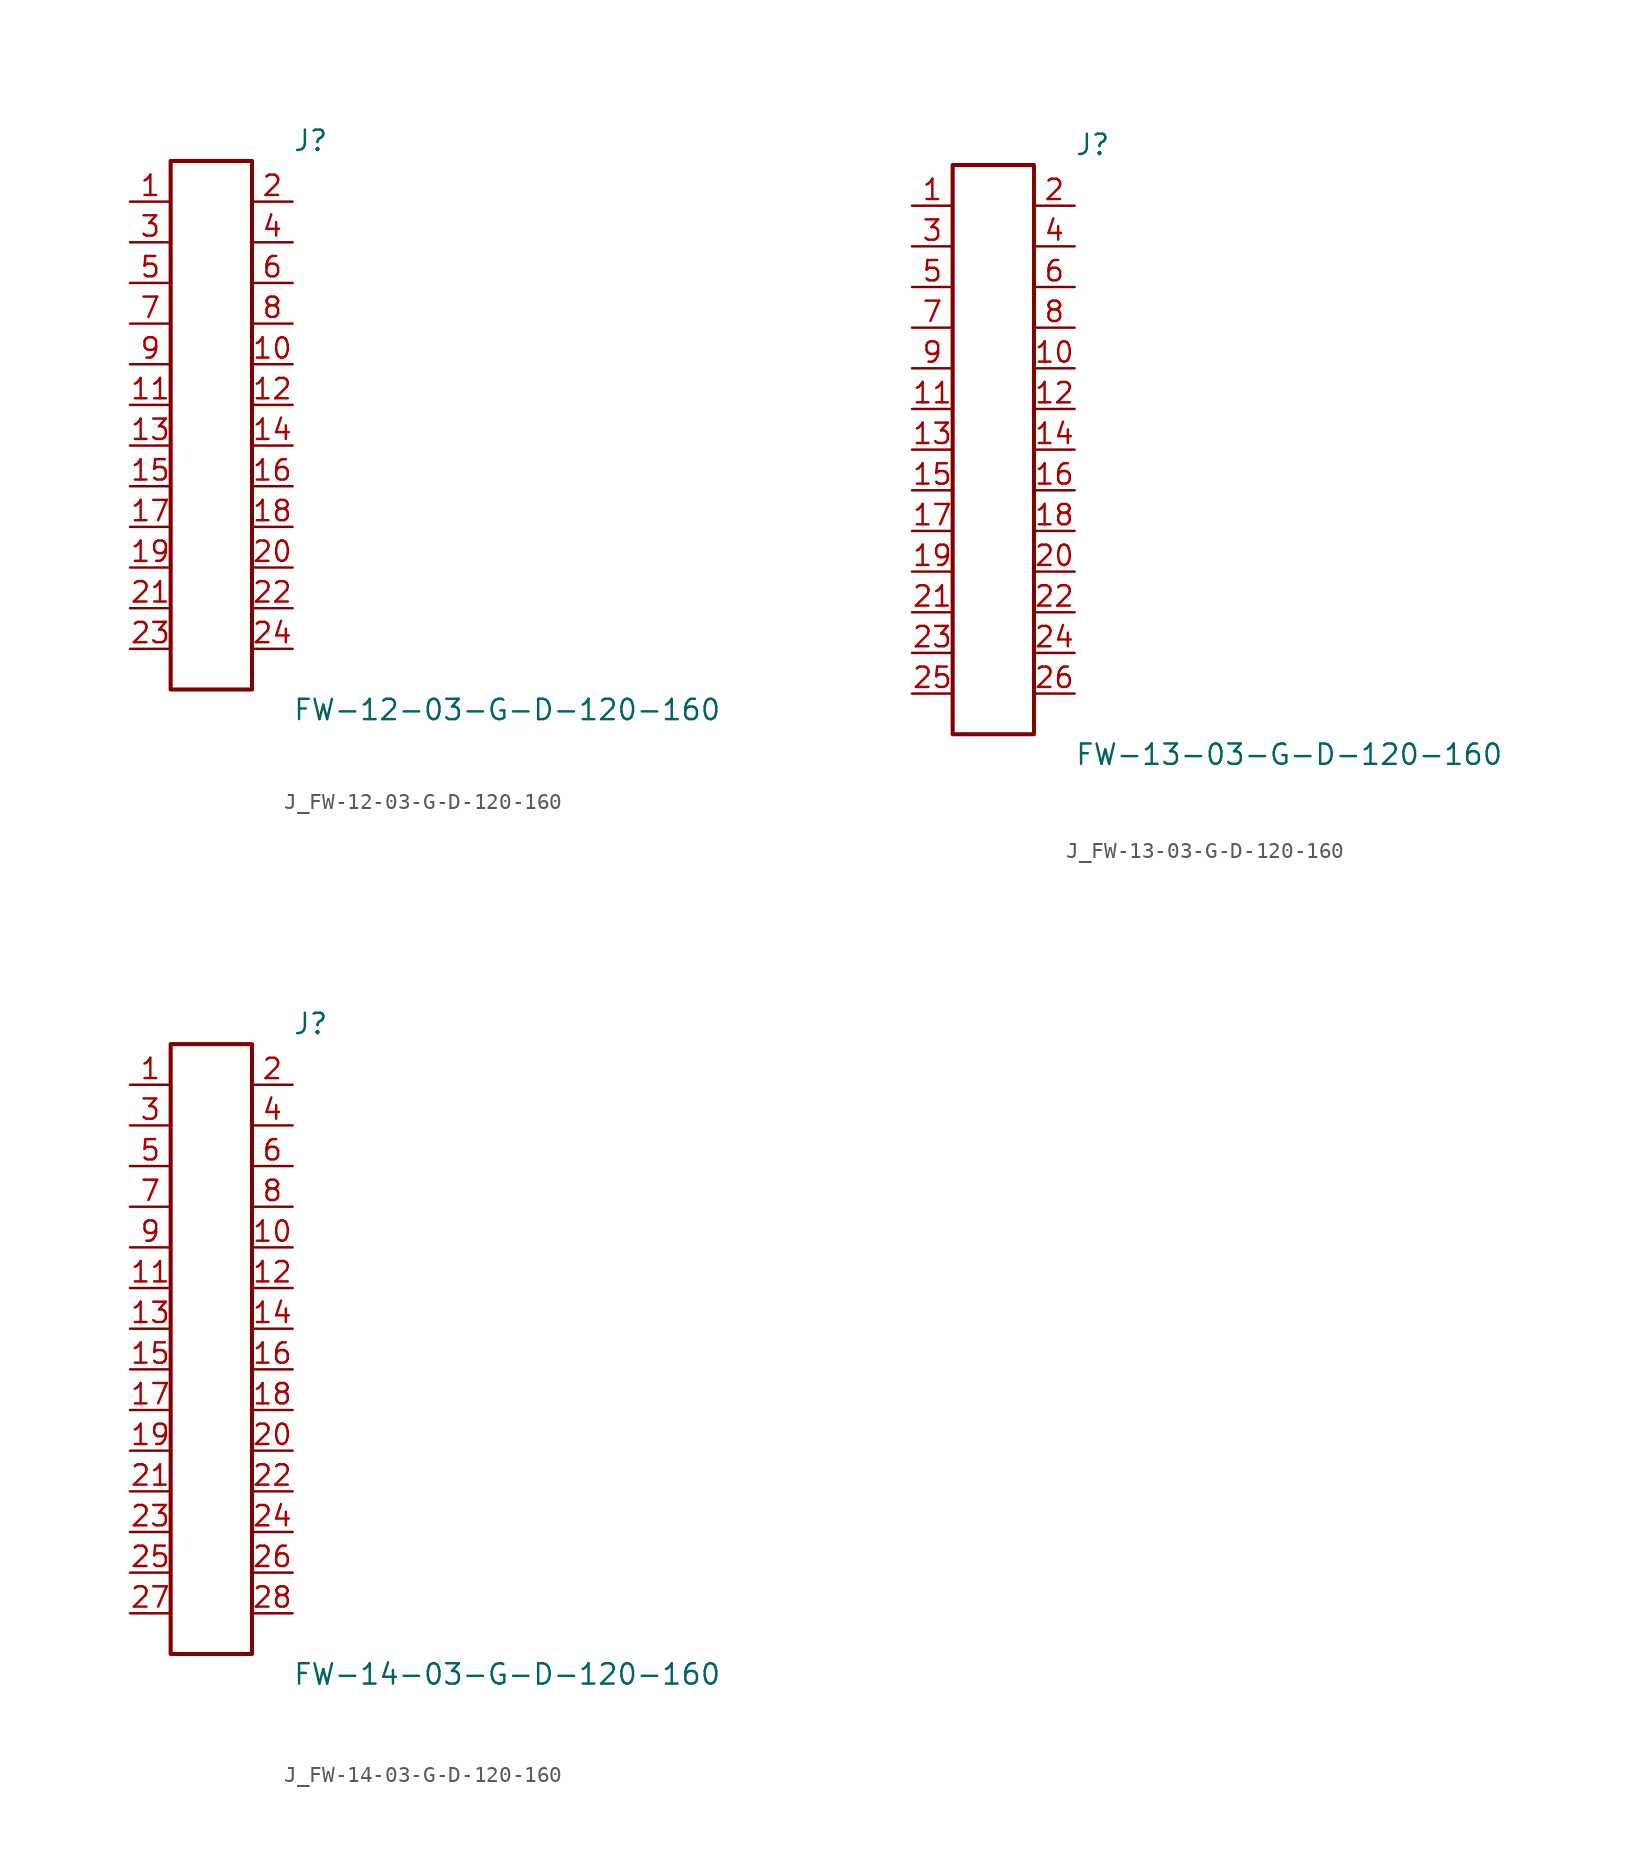
<source format=kicad_sym>
(kicad_symbol_lib
  (version 20231120)
  (generator kicad_symbol_editor)
  (generator_version 8.0)
  (symbol "J_FW-12-03-G-D-120-160"
    (pin_names
      (offset 0.254))
    (property "Reference" "J"
      (at 5.08 17.78 0)
      (effects (font (size 1.27 1.27)) (justify left)))
    (property "Value" "FW-12-03-G-D-120-160"
      (at 5.08 -17.78 0)
      (effects (font (size 1.27 1.27)) (justify left)))
    (symbol "J_FW-12-03-G-D-120-160_0_0"
      (pin passive line (at -5.08 13.97 0) (length 2.54) (name "" (effects (font (size 1.27 1.27)))) (number "1" (effects (font (size 1.27 1.27)))))
      (pin passive line (at 5.08 13.97 180) (length 2.54) (name "" (effects (font (size 1.27 1.27)))) (number "2" (effects (font (size 1.27 1.27)))))
      (pin passive line (at -5.08 11.43 0) (length 2.54) (name "" (effects (font (size 1.27 1.27)))) (number "3" (effects (font (size 1.27 1.27)))))
      (pin passive line (at 5.08 11.43 180) (length 2.54) (name "" (effects (font (size 1.27 1.27)))) (number "4" (effects (font (size 1.27 1.27)))))
      (pin passive line (at -5.08 8.89 0) (length 2.54) (name "" (effects (font (size 1.27 1.27)))) (number "5" (effects (font (size 1.27 1.27)))))
      (pin passive line (at 5.08 8.89 180) (length 2.54) (name "" (effects (font (size 1.27 1.27)))) (number "6" (effects (font (size 1.27 1.27)))))
      (pin passive line (at -5.08 6.35 0) (length 2.54) (name "" (effects (font (size 1.27 1.27)))) (number "7" (effects (font (size 1.27 1.27)))))
      (pin passive line (at 5.08 6.35 180) (length 2.54) (name "" (effects (font (size 1.27 1.27)))) (number "8" (effects (font (size 1.27 1.27)))))
      (pin passive line (at -5.08 3.81 0) (length 2.54) (name "" (effects (font (size 1.27 1.27)))) (number "9" (effects (font (size 1.27 1.27)))))
      (pin passive line (at 5.08 3.81 180) (length 2.54) (name "" (effects (font (size 1.27 1.27)))) (number "10" (effects (font (size 1.27 1.27)))))
      (pin passive line (at -5.08 1.27 0) (length 2.54) (name "" (effects (font (size 1.27 1.27)))) (number "11" (effects (font (size 1.27 1.27)))))
      (pin passive line (at 5.08 1.27 180) (length 2.54) (name "" (effects (font (size 1.27 1.27)))) (number "12" (effects (font (size 1.27 1.27)))))
      (pin passive line (at -5.08 -1.27 0) (length 2.54) (name "" (effects (font (size 1.27 1.27)))) (number "13" (effects (font (size 1.27 1.27)))))
      (pin passive line (at 5.08 -1.27 180) (length 2.54) (name "" (effects (font (size 1.27 1.27)))) (number "14" (effects (font (size 1.27 1.27)))))
      (pin passive line (at -5.08 -3.81 0) (length 2.54) (name "" (effects (font (size 1.27 1.27)))) (number "15" (effects (font (size 1.27 1.27)))))
      (pin passive line (at 5.08 -3.81 180) (length 2.54) (name "" (effects (font (size 1.27 1.27)))) (number "16" (effects (font (size 1.27 1.27)))))
      (pin passive line (at -5.08 -6.35 0) (length 2.54) (name "" (effects (font (size 1.27 1.27)))) (number "17" (effects (font (size 1.27 1.27)))))
      (pin passive line (at 5.08 -6.35 180) (length 2.54) (name "" (effects (font (size 1.27 1.27)))) (number "18" (effects (font (size 1.27 1.27)))))
      (pin passive line (at -5.08 -8.89 0) (length 2.54) (name "" (effects (font (size 1.27 1.27)))) (number "19" (effects (font (size 1.27 1.27)))))
      (pin passive line (at 5.08 -8.89 180) (length 2.54) (name "" (effects (font (size 1.27 1.27)))) (number "20" (effects (font (size 1.27 1.27)))))
      (pin passive line (at -5.08 -11.43 0) (length 2.54) (name "" (effects (font (size 1.27 1.27)))) (number "21" (effects (font (size 1.27 1.27)))))
      (pin passive line (at 5.08 -11.43 180) (length 2.54) (name "" (effects (font (size 1.27 1.27)))) (number "22" (effects (font (size 1.27 1.27)))))
      (pin passive line (at -5.08 -13.97 0) (length 2.54) (name "" (effects (font (size 1.27 1.27)))) (number "23" (effects (font (size 1.27 1.27)))))
      (pin passive line (at 5.08 -13.97 180) (length 2.54) (name "" (effects (font (size 1.27 1.27)))) (number "24" (effects (font (size 1.27 1.27))))))
    (symbol "J_FW-12-03-G-D-120-160_1_0"
      (rectangle (start -2.54 16.51) (end 2.54 -16.51) (stroke (width 0.254) (type solid)) (fill (type none)))))
  (symbol "J_FW-13-03-G-D-120-160"
    (pin_names
      (offset 0.254))
    (property "Reference" "J"
      (at 5.08 19.05 0)
      (effects (font (size 1.27 1.27)) (justify left)))
    (property "Value" "FW-13-03-G-D-120-160"
      (at 5.08 -19.05 0)
      (effects (font (size 1.27 1.27)) (justify left)))
    (symbol "J_FW-13-03-G-D-120-160_0_0"
      (pin passive line (at -5.08 15.24 0) (length 2.54) (name "" (effects (font (size 1.27 1.27)))) (number "1" (effects (font (size 1.27 1.27)))))
      (pin passive line (at 5.08 15.24 180) (length 2.54) (name "" (effects (font (size 1.27 1.27)))) (number "2" (effects (font (size 1.27 1.27)))))
      (pin passive line (at -5.08 12.7 0) (length 2.54) (name "" (effects (font (size 1.27 1.27)))) (number "3" (effects (font (size 1.27 1.27)))))
      (pin passive line (at 5.08 12.7 180) (length 2.54) (name "" (effects (font (size 1.27 1.27)))) (number "4" (effects (font (size 1.27 1.27)))))
      (pin passive line (at -5.08 10.16 0) (length 2.54) (name "" (effects (font (size 1.27 1.27)))) (number "5" (effects (font (size 1.27 1.27)))))
      (pin passive line (at 5.08 10.16 180) (length 2.54) (name "" (effects (font (size 1.27 1.27)))) (number "6" (effects (font (size 1.27 1.27)))))
      (pin passive line (at -5.08 7.62 0) (length 2.54) (name "" (effects (font (size 1.27 1.27)))) (number "7" (effects (font (size 1.27 1.27)))))
      (pin passive line (at 5.08 7.62 180) (length 2.54) (name "" (effects (font (size 1.27 1.27)))) (number "8" (effects (font (size 1.27 1.27)))))
      (pin passive line (at -5.08 5.08 0) (length 2.54) (name "" (effects (font (size 1.27 1.27)))) (number "9" (effects (font (size 1.27 1.27)))))
      (pin passive line (at 5.08 5.08 180) (length 2.54) (name "" (effects (font (size 1.27 1.27)))) (number "10" (effects (font (size 1.27 1.27)))))
      (pin passive line (at -5.08 2.54 0) (length 2.54) (name "" (effects (font (size 1.27 1.27)))) (number "11" (effects (font (size 1.27 1.27)))))
      (pin passive line (at 5.08 2.54 180) (length 2.54) (name "" (effects (font (size 1.27 1.27)))) (number "12" (effects (font (size 1.27 1.27)))))
      (pin passive line (at -5.08 0.0 0) (length 2.54) (name "" (effects (font (size 1.27 1.27)))) (number "13" (effects (font (size 1.27 1.27)))))
      (pin passive line (at 5.08 0.0 180) (length 2.54) (name "" (effects (font (size 1.27 1.27)))) (number "14" (effects (font (size 1.27 1.27)))))
      (pin passive line (at -5.08 -2.54 0) (length 2.54) (name "" (effects (font (size 1.27 1.27)))) (number "15" (effects (font (size 1.27 1.27)))))
      (pin passive line (at 5.08 -2.54 180) (length 2.54) (name "" (effects (font (size 1.27 1.27)))) (number "16" (effects (font (size 1.27 1.27)))))
      (pin passive line (at -5.08 -5.08 0) (length 2.54) (name "" (effects (font (size 1.27 1.27)))) (number "17" (effects (font (size 1.27 1.27)))))
      (pin passive line (at 5.08 -5.08 180) (length 2.54) (name "" (effects (font (size 1.27 1.27)))) (number "18" (effects (font (size 1.27 1.27)))))
      (pin passive line (at -5.08 -7.62 0) (length 2.54) (name "" (effects (font (size 1.27 1.27)))) (number "19" (effects (font (size 1.27 1.27)))))
      (pin passive line (at 5.08 -7.62 180) (length 2.54) (name "" (effects (font (size 1.27 1.27)))) (number "20" (effects (font (size 1.27 1.27)))))
      (pin passive line (at -5.08 -10.16 0) (length 2.54) (name "" (effects (font (size 1.27 1.27)))) (number "21" (effects (font (size 1.27 1.27)))))
      (pin passive line (at 5.08 -10.16 180) (length 2.54) (name "" (effects (font (size 1.27 1.27)))) (number "22" (effects (font (size 1.27 1.27)))))
      (pin passive line (at -5.08 -12.7 0) (length 2.54) (name "" (effects (font (size 1.27 1.27)))) (number "23" (effects (font (size 1.27 1.27)))))
      (pin passive line (at 5.08 -12.7 180) (length 2.54) (name "" (effects (font (size 1.27 1.27)))) (number "24" (effects (font (size 1.27 1.27)))))
      (pin passive line (at -5.08 -15.24 0) (length 2.54) (name "" (effects (font (size 1.27 1.27)))) (number "25" (effects (font (size 1.27 1.27)))))
      (pin passive line (at 5.08 -15.24 180) (length 2.54) (name "" (effects (font (size 1.27 1.27)))) (number "26" (effects (font (size 1.27 1.27))))))
    (symbol "J_FW-13-03-G-D-120-160_1_0"
      (rectangle (start -2.54 17.78) (end 2.54 -17.78) (stroke (width 0.254) (type solid)) (fill (type none)))))
  (symbol "J_FW-14-03-G-D-120-160"
    (pin_names
      (offset 0.254))
    (property "Reference" "J"
      (at 5.08 20.32 0)
      (effects (font (size 1.27 1.27)) (justify left)))
    (property "Value" "FW-14-03-G-D-120-160"
      (at 5.08 -20.32 0)
      (effects (font (size 1.27 1.27)) (justify left)))
    (symbol "J_FW-14-03-G-D-120-160_0_0"
      (pin passive line (at -5.08 16.51 0) (length 2.54) (name "" (effects (font (size 1.27 1.27)))) (number "1" (effects (font (size 1.27 1.27)))))
      (pin passive line (at 5.08 16.51 180) (length 2.54) (name "" (effects (font (size 1.27 1.27)))) (number "2" (effects (font (size 1.27 1.27)))))
      (pin passive line (at -5.08 13.97 0) (length 2.54) (name "" (effects (font (size 1.27 1.27)))) (number "3" (effects (font (size 1.27 1.27)))))
      (pin passive line (at 5.08 13.97 180) (length 2.54) (name "" (effects (font (size 1.27 1.27)))) (number "4" (effects (font (size 1.27 1.27)))))
      (pin passive line (at -5.08 11.43 0) (length 2.54) (name "" (effects (font (size 1.27 1.27)))) (number "5" (effects (font (size 1.27 1.27)))))
      (pin passive line (at 5.08 11.43 180) (length 2.54) (name "" (effects (font (size 1.27 1.27)))) (number "6" (effects (font (size 1.27 1.27)))))
      (pin passive line (at -5.08 8.89 0) (length 2.54) (name "" (effects (font (size 1.27 1.27)))) (number "7" (effects (font (size 1.27 1.27)))))
      (pin passive line (at 5.08 8.89 180) (length 2.54) (name "" (effects (font (size 1.27 1.27)))) (number "8" (effects (font (size 1.27 1.27)))))
      (pin passive line (at -5.08 6.35 0) (length 2.54) (name "" (effects (font (size 1.27 1.27)))) (number "9" (effects (font (size 1.27 1.27)))))
      (pin passive line (at 5.08 6.35 180) (length 2.54) (name "" (effects (font (size 1.27 1.27)))) (number "10" (effects (font (size 1.27 1.27)))))
      (pin passive line (at -5.08 3.81 0) (length 2.54) (name "" (effects (font (size 1.27 1.27)))) (number "11" (effects (font (size 1.27 1.27)))))
      (pin passive line (at 5.08 3.81 180) (length 2.54) (name "" (effects (font (size 1.27 1.27)))) (number "12" (effects (font (size 1.27 1.27)))))
      (pin passive line (at -5.08 1.27 0) (length 2.54) (name "" (effects (font (size 1.27 1.27)))) (number "13" (effects (font (size 1.27 1.27)))))
      (pin passive line (at 5.08 1.27 180) (length 2.54) (name "" (effects (font (size 1.27 1.27)))) (number "14" (effects (font (size 1.27 1.27)))))
      (pin passive line (at -5.08 -1.27 0) (length 2.54) (name "" (effects (font (size 1.27 1.27)))) (number "15" (effects (font (size 1.27 1.27)))))
      (pin passive line (at 5.08 -1.27 180) (length 2.54) (name "" (effects (font (size 1.27 1.27)))) (number "16" (effects (font (size 1.27 1.27)))))
      (pin passive line (at -5.08 -3.81 0) (length 2.54) (name "" (effects (font (size 1.27 1.27)))) (number "17" (effects (font (size 1.27 1.27)))))
      (pin passive line (at 5.08 -3.81 180) (length 2.54) (name "" (effects (font (size 1.27 1.27)))) (number "18" (effects (font (size 1.27 1.27)))))
      (pin passive line (at -5.08 -6.35 0) (length 2.54) (name "" (effects (font (size 1.27 1.27)))) (number "19" (effects (font (size 1.27 1.27)))))
      (pin passive line (at 5.08 -6.35 180) (length 2.54) (name "" (effects (font (size 1.27 1.27)))) (number "20" (effects (font (size 1.27 1.27)))))
      (pin passive line (at -5.08 -8.89 0) (length 2.54) (name "" (effects (font (size 1.27 1.27)))) (number "21" (effects (font (size 1.27 1.27)))))
      (pin passive line (at 5.08 -8.89 180) (length 2.54) (name "" (effects (font (size 1.27 1.27)))) (number "22" (effects (font (size 1.27 1.27)))))
      (pin passive line (at -5.08 -11.43 0) (length 2.54) (name "" (effects (font (size 1.27 1.27)))) (number "23" (effects (font (size 1.27 1.27)))))
      (pin passive line (at 5.08 -11.43 180) (length 2.54) (name "" (effects (font (size 1.27 1.27)))) (number "24" (effects (font (size 1.27 1.27)))))
      (pin passive line (at -5.08 -13.97 0) (length 2.54) (name "" (effects (font (size 1.27 1.27)))) (number "25" (effects (font (size 1.27 1.27)))))
      (pin passive line (at 5.08 -13.97 180) (length 2.54) (name "" (effects (font (size 1.27 1.27)))) (number "26" (effects (font (size 1.27 1.27)))))
      (pin passive line (at -5.08 -16.51 0) (length 2.54) (name "" (effects (font (size 1.27 1.27)))) (number "27" (effects (font (size 1.27 1.27)))))
      (pin passive line (at 5.08 -16.51 180) (length 2.54) (name "" (effects (font (size 1.27 1.27)))) (number "28" (effects (font (size 1.27 1.27))))))
    (symbol "J_FW-14-03-G-D-120-160_1_0"
      (rectangle (start -2.54 19.05) (end 2.54 -19.05) (stroke (width 0.254) (type solid)) (fill (type none))))))
</source>
